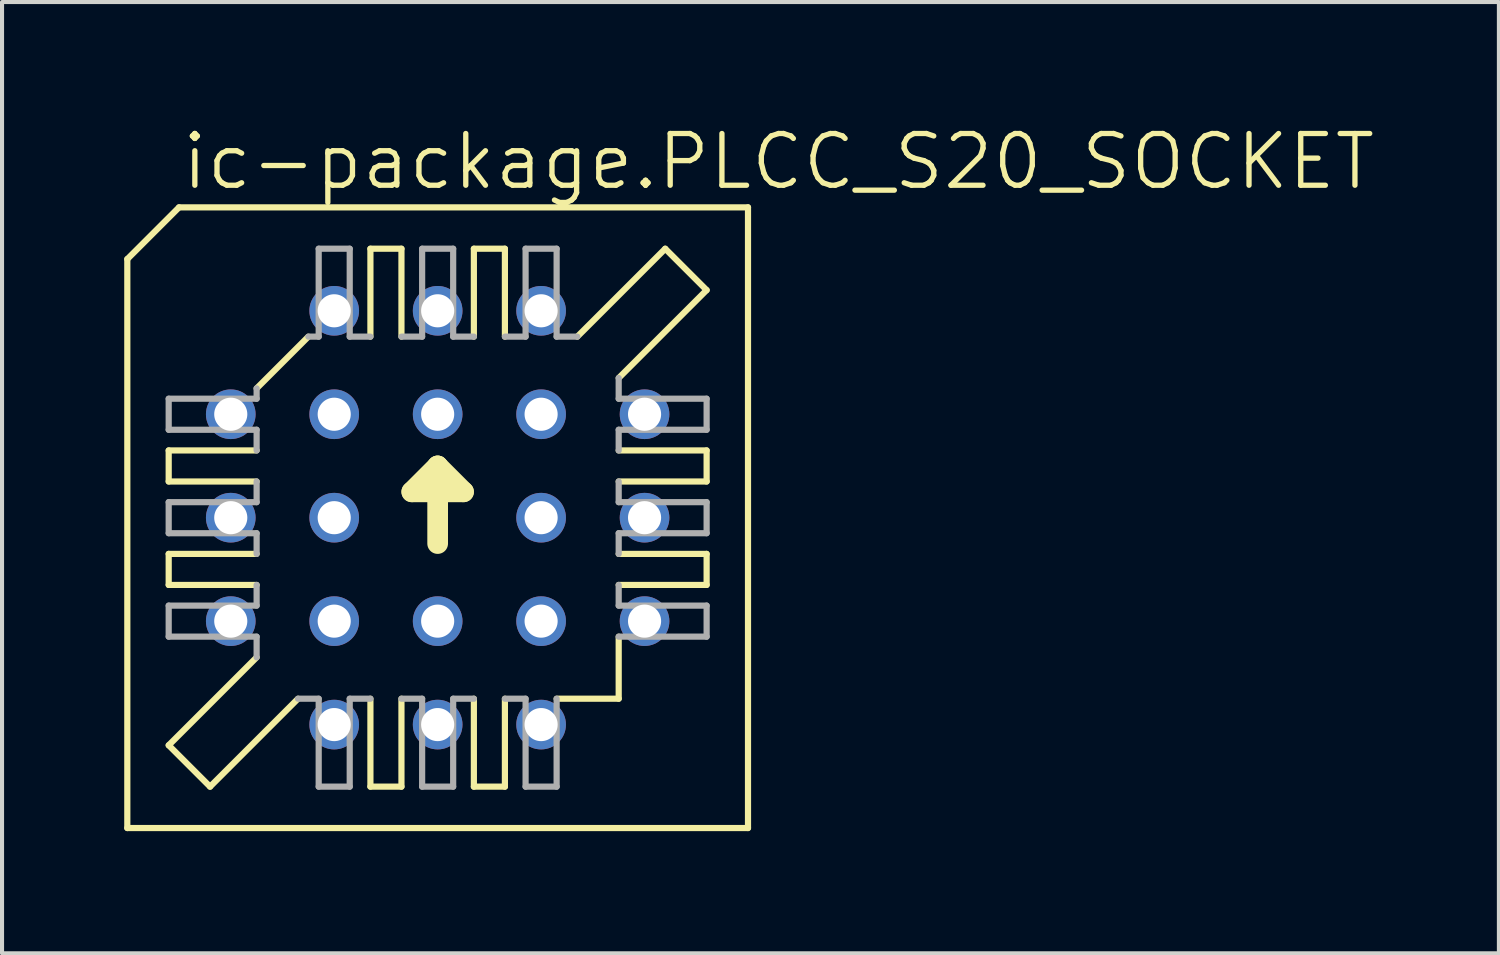
<source format=kicad_pcb>
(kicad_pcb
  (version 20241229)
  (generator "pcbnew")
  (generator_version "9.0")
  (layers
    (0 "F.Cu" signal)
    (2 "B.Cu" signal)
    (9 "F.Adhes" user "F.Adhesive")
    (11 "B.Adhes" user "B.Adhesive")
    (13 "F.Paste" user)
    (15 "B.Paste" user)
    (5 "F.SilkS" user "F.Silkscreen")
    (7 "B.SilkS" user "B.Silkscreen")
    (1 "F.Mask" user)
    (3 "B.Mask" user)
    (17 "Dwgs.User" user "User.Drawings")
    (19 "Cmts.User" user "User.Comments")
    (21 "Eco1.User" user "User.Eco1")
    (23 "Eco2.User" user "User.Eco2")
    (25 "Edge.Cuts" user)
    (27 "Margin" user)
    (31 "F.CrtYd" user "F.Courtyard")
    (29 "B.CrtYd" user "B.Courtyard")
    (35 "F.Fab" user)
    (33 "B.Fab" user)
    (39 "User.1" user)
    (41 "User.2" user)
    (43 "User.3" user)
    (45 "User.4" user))
  (footprint "ic-package.PLCC_S20_SOCKET"
    (layer "F.Cu")
    (at 7.696 9.661)
    (property "Reference" "ic-package.PLCC_S20_SOCKET" (at -6.35 -8.001 0) (layer "F.SilkS") (effects (font (size 1.27 1.27) (thickness 0.13)) (justify left bottom)))
    (attr through_hole)
    (fp_line (start -7.62 -6.35) (end -7.62 7.62) (stroke (width 0.152) (type default)) (layer "F.SilkS"))
    (fp_line (start -6.604 -0.889) (end -6.604 -1.651) (stroke (width 0.152) (type default)) (layer "F.SilkS"))
    (fp_line (start -6.604 -0.889) (end -4.445 -0.889) (stroke (width 0.152) (type default)) (layer "F.SilkS"))
    (fp_line (start -6.604 1.651) (end -6.604 0.889) (stroke (width 0.152) (type default)) (layer "F.SilkS"))
    (fp_line (start -6.604 1.651) (end -4.445 1.651) (stroke (width 0.152) (type default)) (layer "F.SilkS"))
    (fp_line (start -6.604 5.588) (end -4.445 3.429) (stroke (width 0.152) (type default)) (layer "F.SilkS"))
    (fp_line (start -6.35 -7.62) (end -7.62 -6.35) (stroke (width 0.152) (type default)) (layer "F.SilkS"))
    (fp_line (start -5.588 6.604) (end -6.604 5.588) (stroke (width 0.152) (type default)) (layer "F.SilkS"))
    (fp_line (start -5.588 6.604) (end -3.429 4.445) (stroke (width 0.152) (type default)) (layer "F.SilkS"))
    (fp_line (start -4.445 -3.175) (end -3.175 -4.445) (stroke (width 0.152) (type default)) (layer "F.SilkS"))
    (fp_line (start -4.445 -1.651) (end -6.604 -1.651) (stroke (width 0.152) (type default)) (layer "F.SilkS"))
    (fp_line (start -4.445 0.889) (end -6.604 0.889) (stroke (width 0.152) (type default)) (layer "F.SilkS"))
    (fp_line (start -1.651 -4.445) (end -1.651 -6.604) (stroke (width 0.152) (type default)) (layer "F.SilkS"))
    (fp_line (start -1.651 6.604) (end -1.651 4.445) (stroke (width 0.152) (type default)) (layer "F.SilkS"))
    (fp_line (start -1.651 6.604) (end -0.889 6.604) (stroke (width 0.152) (type default)) (layer "F.SilkS"))
    (fp_line (start -0.889 -6.604) (end -1.651 -6.604) (stroke (width 0.152) (type default)) (layer "F.SilkS"))
    (fp_line (start -0.889 -6.604) (end -0.889 -4.445) (stroke (width 0.152) (type default)) (layer "F.SilkS"))
    (fp_line (start -0.889 4.445) (end -0.889 6.604) (stroke (width 0.152) (type default)) (layer "F.SilkS"))
    (fp_line (start -0.635 -0.635) (end 0 -1.27) (stroke (width 0.508) (type default)) (layer "F.SilkS"))
    (fp_line (start 0 -1.27) (end 0 0.635) (stroke (width 0.508) (type default)) (layer "F.SilkS"))
    (fp_line (start 0 -1.27) (end 0.635 -0.635) (stroke (width 0.508) (type default)) (layer "F.SilkS"))
    (fp_line (start 0.635 -0.635) (end -0.635 -0.635) (stroke (width 0.508) (type default)) (layer "F.SilkS"))
    (fp_line (start 0.889 -4.445) (end 0.889 -6.604) (stroke (width 0.152) (type default)) (layer "F.SilkS"))
    (fp_line (start 0.889 6.604) (end 0.889 4.445) (stroke (width 0.152) (type default)) (layer "F.SilkS"))
    (fp_line (start 0.889 6.604) (end 1.651 6.604) (stroke (width 0.152) (type default)) (layer "F.SilkS"))
    (fp_line (start 1.651 -6.604) (end 0.889 -6.604) (stroke (width 0.152) (type default)) (layer "F.SilkS"))
    (fp_line (start 1.651 -6.604) (end 1.651 -4.445) (stroke (width 0.152) (type default)) (layer "F.SilkS"))
    (fp_line (start 1.651 4.445) (end 1.651 6.604) (stroke (width 0.152) (type default)) (layer "F.SilkS"))
    (fp_line (start 2.921 4.445) (end 4.445 4.445) (stroke (width 0.152) (type default)) (layer "F.SilkS"))
    (fp_line (start 4.445 -0.889) (end 6.604 -0.889) (stroke (width 0.152) (type default)) (layer "F.SilkS"))
    (fp_line (start 4.445 1.651) (end 6.604 1.651) (stroke (width 0.152) (type default)) (layer "F.SilkS"))
    (fp_line (start 4.445 2.921) (end 4.445 4.445) (stroke (width 0.152) (type default)) (layer "F.SilkS"))
    (fp_line (start 5.588 -6.604) (end 3.429 -4.445) (stroke (width 0.152) (type default)) (layer "F.SilkS"))
    (fp_line (start 6.604 -5.588) (end 4.445 -3.429) (stroke (width 0.152) (type default)) (layer "F.SilkS"))
    (fp_line (start 6.604 -5.588) (end 5.588 -6.604) (stroke (width 0.152) (type default)) (layer "F.SilkS"))
    (fp_line (start 6.604 -1.651) (end 4.445 -1.651) (stroke (width 0.152) (type default)) (layer "F.SilkS"))
    (fp_line (start 6.604 -1.651) (end 6.604 -0.889) (stroke (width 0.152) (type default)) (layer "F.SilkS"))
    (fp_line (start 6.604 0.889) (end 4.445 0.889) (stroke (width 0.152) (type default)) (layer "F.SilkS"))
    (fp_line (start 6.604 0.889) (end 6.604 1.651) (stroke (width 0.152) (type default)) (layer "F.SilkS"))
    (fp_line (start 7.62 -7.62) (end -6.35 -7.62) (stroke (width 0.152) (type default)) (layer "F.SilkS"))
    (fp_line (start 7.62 7.62) (end -7.62 7.62) (stroke (width 0.152) (type default)) (layer "F.SilkS"))
    (fp_line (start 7.62 7.62) (end 7.62 -7.62) (stroke (width 0.152) (type default)) (layer "F.SilkS"))
    (fp_line (start -6.604 -2.159) (end -6.604 -2.921) (stroke (width 0.152) (type default)) (layer "F.Fab"))
    (fp_line (start -6.604 -2.159) (end -4.445 -2.159) (stroke (width 0.152) (type default)) (layer "F.Fab"))
    (fp_line (start -6.604 0.381) (end -6.604 -0.381) (stroke (width 0.152) (type default)) (layer "F.Fab"))
    (fp_line (start -6.604 0.381) (end -4.445 0.381) (stroke (width 0.152) (type default)) (layer "F.Fab"))
    (fp_line (start -6.604 2.921) (end -6.604 2.159) (stroke (width 0.152) (type default)) (layer "F.Fab"))
    (fp_line (start -6.604 2.921) (end -4.445 2.921) (stroke (width 0.152) (type default)) (layer "F.Fab"))
    (fp_line (start -4.445 -2.921) (end -6.604 -2.921) (stroke (width 0.152) (type default)) (layer "F.Fab"))
    (fp_line (start -4.445 -2.921) (end -4.445 -3.175) (stroke (width 0.152) (type default)) (layer "F.Fab"))
    (fp_line (start -4.445 -1.651) (end -4.445 -2.159) (stroke (width 0.152) (type default)) (layer "F.Fab"))
    (fp_line (start -4.445 -0.381) (end -6.604 -0.381) (stroke (width 0.152) (type default)) (layer "F.Fab"))
    (fp_line (start -4.445 -0.381) (end -4.445 -0.889) (stroke (width 0.152) (type default)) (layer "F.Fab"))
    (fp_line (start -4.445 0.889) (end -4.445 0.381) (stroke (width 0.152) (type default)) (layer "F.Fab"))
    (fp_line (start -4.445 2.159) (end -6.604 2.159) (stroke (width 0.152) (type default)) (layer "F.Fab"))
    (fp_line (start -4.445 2.159) (end -4.445 1.651) (stroke (width 0.152) (type default)) (layer "F.Fab"))
    (fp_line (start -4.445 3.429) (end -4.445 2.921) (stroke (width 0.152) (type default)) (layer "F.Fab"))
    (fp_line (start -3.429 4.445) (end -2.921 4.445) (stroke (width 0.152) (type default)) (layer "F.Fab"))
    (fp_line (start -2.921 -4.445) (end -3.175 -4.445) (stroke (width 0.152) (type default)) (layer "F.Fab"))
    (fp_line (start -2.921 -4.445) (end -2.921 -6.604) (stroke (width 0.152) (type default)) (layer "F.Fab"))
    (fp_line (start -2.921 6.604) (end -2.921 4.445) (stroke (width 0.152) (type default)) (layer "F.Fab"))
    (fp_line (start -2.921 6.604) (end -2.159 6.604) (stroke (width 0.152) (type default)) (layer "F.Fab"))
    (fp_line (start -2.159 -6.604) (end -2.921 -6.604) (stroke (width 0.152) (type default)) (layer "F.Fab"))
    (fp_line (start -2.159 -6.604) (end -2.159 -4.445) (stroke (width 0.152) (type default)) (layer "F.Fab"))
    (fp_line (start -2.159 4.445) (end -2.159 6.604) (stroke (width 0.152) (type default)) (layer "F.Fab"))
    (fp_line (start -2.159 4.445) (end -1.651 4.445) (stroke (width 0.152) (type default)) (layer "F.Fab"))
    (fp_line (start -1.651 -4.445) (end -2.159 -4.445) (stroke (width 0.152) (type default)) (layer "F.Fab"))
    (fp_line (start -0.889 4.445) (end -0.381 4.445) (stroke (width 0.152) (type default)) (layer "F.Fab"))
    (fp_line (start -0.381 -4.445) (end -0.889 -4.445) (stroke (width 0.152) (type default)) (layer "F.Fab"))
    (fp_line (start -0.381 -4.445) (end -0.381 -6.604) (stroke (width 0.152) (type default)) (layer "F.Fab"))
    (fp_line (start -0.381 6.604) (end -0.381 4.445) (stroke (width 0.152) (type default)) (layer "F.Fab"))
    (fp_line (start -0.381 6.604) (end 0.381 6.604) (stroke (width 0.152) (type default)) (layer "F.Fab"))
    (fp_line (start 0.381 -6.604) (end -0.381 -6.604) (stroke (width 0.152) (type default)) (layer "F.Fab"))
    (fp_line (start 0.381 -6.604) (end 0.381 -4.445) (stroke (width 0.152) (type default)) (layer "F.Fab"))
    (fp_line (start 0.381 4.445) (end 0.381 6.604) (stroke (width 0.152) (type default)) (layer "F.Fab"))
    (fp_line (start 0.381 4.445) (end 0.889 4.445) (stroke (width 0.152) (type default)) (layer "F.Fab"))
    (fp_line (start 0.889 -4.445) (end 0.381 -4.445) (stroke (width 0.152) (type default)) (layer "F.Fab"))
    (fp_line (start 1.651 4.445) (end 2.159 4.445) (stroke (width 0.152) (type default)) (layer "F.Fab"))
    (fp_line (start 2.159 -4.445) (end 1.651 -4.445) (stroke (width 0.152) (type default)) (layer "F.Fab"))
    (fp_line (start 2.159 -4.445) (end 2.159 -6.604) (stroke (width 0.152) (type default)) (layer "F.Fab"))
    (fp_line (start 2.159 6.604) (end 2.159 4.445) (stroke (width 0.152) (type default)) (layer "F.Fab"))
    (fp_line (start 2.159 6.604) (end 2.921 6.604) (stroke (width 0.152) (type default)) (layer "F.Fab"))
    (fp_line (start 2.921 -6.604) (end 2.159 -6.604) (stroke (width 0.152) (type default)) (layer "F.Fab"))
    (fp_line (start 2.921 -6.604) (end 2.921 -4.445) (stroke (width 0.152) (type default)) (layer "F.Fab"))
    (fp_line (start 2.921 4.445) (end 2.921 6.604) (stroke (width 0.152) (type default)) (layer "F.Fab"))
    (fp_line (start 3.429 -4.445) (end 2.921 -4.445) (stroke (width 0.152) (type default)) (layer "F.Fab"))
    (fp_line (start 4.445 -3.429) (end 4.445 -2.921) (stroke (width 0.152) (type default)) (layer "F.Fab"))
    (fp_line (start 4.445 -2.159) (end 4.445 -1.651) (stroke (width 0.152) (type default)) (layer "F.Fab"))
    (fp_line (start 4.445 -2.159) (end 6.604 -2.159) (stroke (width 0.152) (type default)) (layer "F.Fab"))
    (fp_line (start 4.445 -0.889) (end 4.445 -0.381) (stroke (width 0.152) (type default)) (layer "F.Fab"))
    (fp_line (start 4.445 0.381) (end 4.445 0.889) (stroke (width 0.152) (type default)) (layer "F.Fab"))
    (fp_line (start 4.445 0.381) (end 6.604 0.381) (stroke (width 0.152) (type default)) (layer "F.Fab"))
    (fp_line (start 4.445 1.651) (end 4.445 2.159) (stroke (width 0.152) (type default)) (layer "F.Fab"))
    (fp_line (start 4.445 2.921) (end 6.604 2.921) (stroke (width 0.152) (type default)) (layer "F.Fab"))
    (fp_line (start 6.604 -2.921) (end 4.445 -2.921) (stroke (width 0.152) (type default)) (layer "F.Fab"))
    (fp_line (start 6.604 -2.921) (end 6.604 -2.159) (stroke (width 0.152) (type default)) (layer "F.Fab"))
    (fp_line (start 6.604 -0.381) (end 4.445 -0.381) (stroke (width 0.152) (type default)) (layer "F.Fab"))
    (fp_line (start 6.604 -0.381) (end 6.604 0.381) (stroke (width 0.152) (type default)) (layer "F.Fab"))
    (fp_line (start 6.604 2.159) (end 4.445 2.159) (stroke (width 0.152) (type default)) (layer "F.Fab"))
    (fp_line (start 6.604 2.159) (end 6.604 2.921) (stroke (width 0.152) (type default)) (layer "F.Fab"))
    (pad "1" thru_hole circle (at 0 -5.08) (size 1.219 1.219) (drill 0.813) (layers "*.Cu" "*.Mask"))
    (pad "2" thru_hole circle (at 0 -2.54) (size 1.219 1.219) (drill 0.813) (layers "*.Cu" "*.Mask"))
    (pad "3" thru_hole circle (at -2.54 -5.08) (size 1.219 1.219) (drill 0.813) (layers "*.Cu" "*.Mask"))
    (pad "4" thru_hole circle (at -5.08 -2.54) (size 1.219 1.219) (drill 0.813) (layers "*.Cu" "*.Mask"))
    (pad "5" thru_hole circle (at -2.54 -2.54) (size 1.219 1.219) (drill 0.813) (layers "*.Cu" "*.Mask"))
    (pad "6" thru_hole circle (at -5.08 0) (size 1.219 1.219) (drill 0.813) (layers "*.Cu" "*.Mask"))
    (pad "7" thru_hole circle (at -2.54 0) (size 1.219 1.219) (drill 0.813) (layers "*.Cu" "*.Mask"))
    (pad "8" thru_hole circle (at -5.08 2.54) (size 1.219 1.219) (drill 0.813) (layers "*.Cu" "*.Mask"))
    (pad "9" thru_hole circle (at -2.54 5.08) (size 1.219 1.219) (drill 0.813) (layers "*.Cu" "*.Mask"))
    (pad "10" thru_hole circle (at -2.54 2.54) (size 1.219 1.219) (drill 0.813) (layers "*.Cu" "*.Mask"))
    (pad "11" thru_hole circle (at 0 5.08) (size 1.219 1.219) (drill 0.813) (layers "*.Cu" "*.Mask"))
    (pad "12" thru_hole circle (at 0 2.54) (size 1.219 1.219) (drill 0.813) (layers "*.Cu" "*.Mask"))
    (pad "13" thru_hole circle (at 2.54 5.08) (size 1.219 1.219) (drill 0.813) (layers "*.Cu" "*.Mask"))
    (pad "14" thru_hole circle (at 5.08 2.54) (size 1.219 1.219) (drill 0.813) (layers "*.Cu" "*.Mask"))
    (pad "15" thru_hole circle (at 2.54 2.54) (size 1.219 1.219) (drill 0.813) (layers "*.Cu" "*.Mask"))
    (pad "16" thru_hole circle (at 5.08 0) (size 1.219 1.219) (drill 0.813) (layers "*.Cu" "*.Mask"))
    (pad "17" thru_hole circle (at 2.54 0) (size 1.219 1.219) (drill 0.813) (layers "*.Cu" "*.Mask"))
    (pad "18" thru_hole circle (at 5.08 -2.54) (size 1.219 1.219) (drill 0.813) (layers "*.Cu" "*.Mask"))
    (pad "19" thru_hole circle (at 2.54 -5.08) (size 1.219 1.219) (drill 0.813) (layers "*.Cu" "*.Mask"))
    (pad "20" thru_hole circle (at 2.54 -2.54) (size 1.219 1.219) (drill 0.813) (layers "*.Cu" "*.Mask")))
  (gr_rect
    (start -3 -3)
    (end 33.753 20.357)
    (stroke (width 0.1) (type default))
    (fill no)
    (layer "Edge.Cuts")))
</source>
